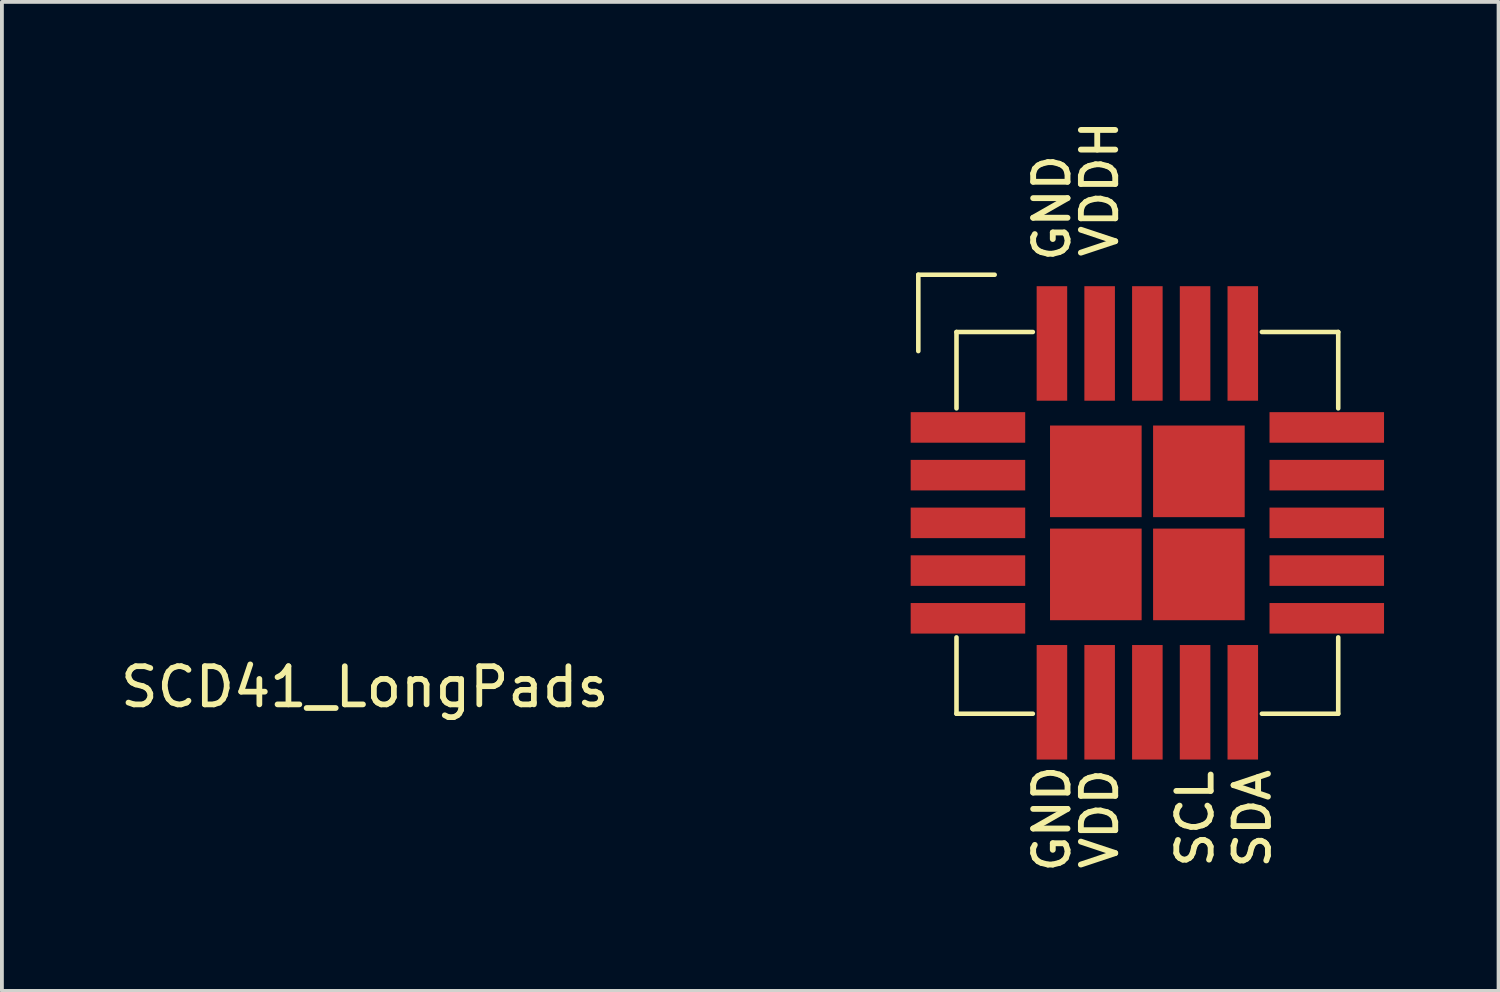
<source format=kicad_pcb>
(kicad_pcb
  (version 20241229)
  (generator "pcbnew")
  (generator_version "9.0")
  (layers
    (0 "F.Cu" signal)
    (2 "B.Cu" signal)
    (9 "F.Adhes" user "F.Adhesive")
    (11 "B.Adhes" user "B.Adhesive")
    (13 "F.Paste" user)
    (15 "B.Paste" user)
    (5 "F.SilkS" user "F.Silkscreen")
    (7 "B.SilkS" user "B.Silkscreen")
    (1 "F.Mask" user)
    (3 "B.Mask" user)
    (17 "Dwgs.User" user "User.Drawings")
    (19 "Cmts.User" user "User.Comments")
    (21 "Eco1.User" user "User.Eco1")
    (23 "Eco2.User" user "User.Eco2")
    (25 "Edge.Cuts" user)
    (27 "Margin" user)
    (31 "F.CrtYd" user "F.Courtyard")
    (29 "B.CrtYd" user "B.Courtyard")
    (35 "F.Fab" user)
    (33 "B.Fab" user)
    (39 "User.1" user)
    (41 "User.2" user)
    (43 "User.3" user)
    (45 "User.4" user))
  (footprint "SCD41_LongPads"
    (layer "F.Cu")
    (at 23.006 8.147)
    (property "Reference" "SCD41_LongPads" (at -16.5 6.8 0) (layer "F.SilkS") (effects (font (size 1 1) (thickness 0.15))))
    (attr through_hole)
    (fp_line (start -2 -4) (end -2 -2) (stroke (width 0.12) (type solid)) (layer "F.SilkS"))
    (fp_line (start -1 -2.5) (end -1 -0.5) (stroke (width 0.12) (type solid)) (layer "F.SilkS"))
    (fp_line (start -1 -2.5) (end 1 -2.5) (stroke (width 0.12) (type solid)) (layer "F.SilkS"))
    (fp_line (start -1 7.5) (end -1 5.5) (stroke (width 0.12) (type solid)) (layer "F.SilkS"))
    (fp_line (start -1 7.5) (end 1 7.5) (stroke (width 0.12) (type solid)) (layer "F.SilkS"))
    (fp_line (start 0 -4) (end -2 -4) (stroke (width 0.12) (type solid)) (layer "F.SilkS"))
    (fp_line (start 9 -2.5) (end 7 -2.5) (stroke (width 0.12) (type solid)) (layer "F.SilkS"))
    (fp_line (start 9 -2.5) (end 9 -0.5) (stroke (width 0.12) (type solid)) (layer "F.SilkS"))
    (fp_line (start 9 7.5) (end 7 7.5) (stroke (width 0.12) (type solid)) (layer "F.SilkS"))
    (fp_line (start 9 7.5) (end 9 5.5) (stroke (width 0.12) (type solid)) (layer "F.SilkS"))
    (fp_text user "GND" (at 1.5 -5.75 90) (layer "F.SilkS") (effects (font (size 0.9 0.9) (thickness 0.153))))
    (fp_text user "VDD" (at 2.75 10.25 90) (layer "F.SilkS") (effects (font (size 0.9 0.9) (thickness 0.153))))
    (fp_text user "SCL" (at 5.25 10.25 90) (layer "F.SilkS") (effects (font (size 0.9 0.9) (thickness 0.153))))
    (fp_text user "SDA" (at 6.75 10.25 90) (layer "F.SilkS") (effects (font (size 0.9 0.9) (thickness 0.153))))
    (fp_text user "GND" (at 1.5 10.25 90) (layer "F.SilkS") (effects (font (size 0.9 0.9) (thickness 0.153))))
    (fp_text user "VDDH" (at 2.75 -6.25 90) (layer "F.SilkS") (effects (font (size 0.9 0.9) (thickness 0.153))))
    (pad "1" smd rect (at -0.7 0) (size 3 0.8) (layers "F.Cu" "F.Mask" "F.Paste"))
    (pad "2" smd rect (at -0.7 1.25) (size 3 0.8) (layers "F.Cu" "F.Mask" "F.Paste"))
    (pad "3" smd rect (at -0.7 2.5) (size 3 0.8) (layers "F.Cu" "F.Mask" "F.Paste"))
    (pad "4" smd rect (at -0.7 3.75) (size 3 0.8) (layers "F.Cu" "F.Mask" "F.Paste"))
    (pad "5" smd rect (at -0.7 5) (size 3 0.8) (layers "F.Cu" "F.Mask" "F.Paste"))
    (pad "6" smd rect (at 1.5 7.2 90) (size 3 0.8) (layers "F.Cu" "F.Mask" "F.Paste"))
    (pad "7" smd rect (at 2.75 7.2 90) (size 3 0.8) (layers "F.Cu" "F.Mask" "F.Paste"))
    (pad "8" smd rect (at 4 7.2 90) (size 3 0.8) (layers "F.Cu" "F.Mask" "F.Paste"))
    (pad "9" smd rect (at 5.25 7.2 90) (size 3 0.8) (layers "F.Cu" "F.Mask" "F.Paste"))
    (pad "10" smd rect (at 6.5 7.2 90) (size 3 0.8) (layers "F.Cu" "F.Mask" "F.Paste"))
    (pad "11" smd rect (at 8.7 5) (size 3 0.8) (layers "F.Cu" "F.Mask" "F.Paste"))
    (pad "12" smd rect (at 8.7 3.75) (size 3 0.8) (layers "F.Cu" "F.Mask" "F.Paste"))
    (pad "13" smd rect (at 8.7 2.5) (size 3 0.8) (layers "F.Cu" "F.Mask" "F.Paste"))
    (pad "14" smd rect (at 8.7 1.25) (size 3 0.8) (layers "F.Cu" "F.Mask" "F.Paste"))
    (pad "15" smd rect (at 8.7 0) (size 3 0.8) (layers "F.Cu" "F.Mask" "F.Paste"))
    (pad "16" smd rect (at 6.5 -2.2 90) (size 3 0.8) (layers "F.Cu" "F.Mask" "F.Paste"))
    (pad "17" smd rect (at 5.25 -2.2 90) (size 3 0.8) (layers "F.Cu" "F.Mask" "F.Paste"))
    (pad "18" smd rect (at 4 -2.2 90) (size 3 0.8) (layers "F.Cu" "F.Mask" "F.Paste"))
    (pad "19" smd rect (at 2.75 -2.2 90) (size 3 0.8) (layers "F.Cu" "F.Mask" "F.Paste"))
    (pad "20" smd rect (at 1.5 -2.2 90) (size 3 0.8) (layers "F.Cu" "F.Mask" "F.Paste"))
    (pad "21" smd rect (at 2.65 1.15 90) (size 2.4 2.4) (layers "F.Cu" "F.Mask" "F.Paste"))
    (pad "21" smd rect (at 2.65 3.85 90) (size 2.4 2.4) (layers "F.Cu" "F.Mask" "F.Paste"))
    (pad "21" smd rect (at 5.35 1.15 90) (size 2.4 2.4) (layers "F.Cu" "F.Mask" "F.Paste"))
    (pad "21" smd rect (at 5.35 3.85 90) (size 2.4 2.4) (layers "F.Cu" "F.Mask" "F.Paste")))
  (gr_rect
    (start -3 -3)
    (end 36.206 22.908)
    (stroke (width 0.1) (type default))
    (fill no)
    (layer "Edge.Cuts")))
</source>
